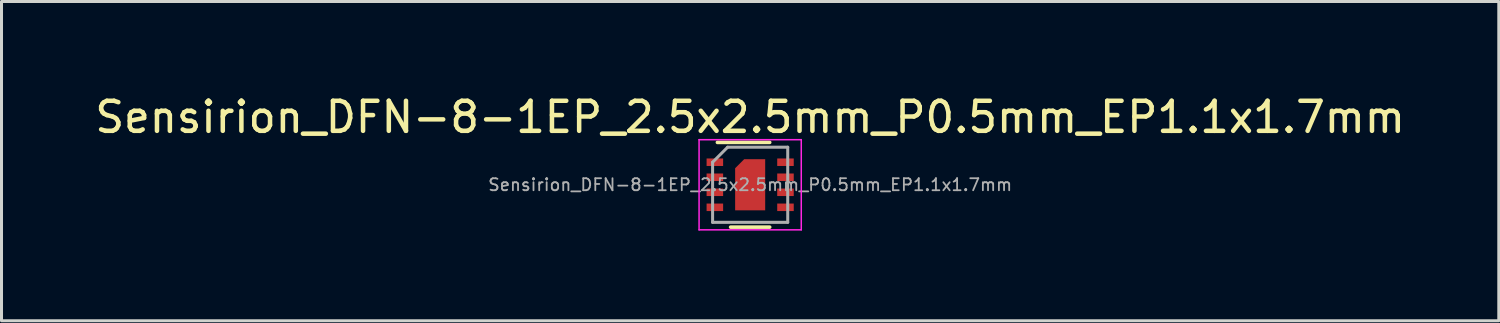
<source format=kicad_pcb>
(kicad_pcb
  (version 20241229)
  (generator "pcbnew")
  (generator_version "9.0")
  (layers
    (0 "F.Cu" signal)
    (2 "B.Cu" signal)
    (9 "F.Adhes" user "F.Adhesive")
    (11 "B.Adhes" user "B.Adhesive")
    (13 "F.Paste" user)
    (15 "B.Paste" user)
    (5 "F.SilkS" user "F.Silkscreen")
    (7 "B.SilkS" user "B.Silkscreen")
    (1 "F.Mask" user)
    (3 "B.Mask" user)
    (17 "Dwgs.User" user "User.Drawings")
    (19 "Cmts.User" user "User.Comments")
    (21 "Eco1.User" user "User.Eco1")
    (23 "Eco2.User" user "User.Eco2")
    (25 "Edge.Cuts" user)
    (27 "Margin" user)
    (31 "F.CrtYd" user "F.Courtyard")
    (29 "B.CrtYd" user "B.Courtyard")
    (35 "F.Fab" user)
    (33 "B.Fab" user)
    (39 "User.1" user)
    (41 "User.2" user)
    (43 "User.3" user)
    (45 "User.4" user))
  (footprint "Sensirion_DFN-8-1EP_2.5x2.5mm_P0.5mm_EP1.1x1.7mm"
    (layer "F.Cu")
    (at 21.911 3.098)
    (property "Reference" "Sensirion_DFN-8-1EP_2.5x2.5mm_P0.5mm_EP1.1x1.7mm" (at 0 -2.25 0) (layer "F.SilkS") (effects (font (size 1 1) (thickness 0.15))))
    (attr smd)
    (fp_line (start -1.09 -1.41) (end 0.65 -1.41) (stroke (width 0.12) (type solid)) (layer "F.SilkS"))
    (fp_line (start -0.65 1.41) (end 0.65 1.41) (stroke (width 0.12) (type solid)) (layer "F.SilkS"))
    (fp_line (start -1.7 -1.5) (end -1.7 1.5) (stroke (width 0.05) (type solid)) (layer "F.CrtYd"))
    (fp_line (start -1.7 -1.5) (end 1.7 -1.5) (stroke (width 0.05) (type solid)) (layer "F.CrtYd"))
    (fp_line (start -1.7 1.5) (end 1.7 1.5) (stroke (width 0.05) (type solid)) (layer "F.CrtYd"))
    (fp_line (start 1.7 -1.5) (end 1.7 1.5) (stroke (width 0.05) (type solid)) (layer "F.CrtYd"))
    (fp_line (start -1.25 -0.75) (end -0.75 -1.25) (stroke (width 0.1) (type solid)) (layer "F.Fab"))
    (fp_line (start -1.25 1.25) (end -1.25 -0.75) (stroke (width 0.1) (type solid)) (layer "F.Fab"))
    (fp_line (start -0.75 -1.25) (end 1.25 -1.25) (stroke (width 0.1) (type solid)) (layer "F.Fab"))
    (fp_line (start 1.25 -1.25) (end 1.25 1.25) (stroke (width 0.1) (type solid)) (layer "F.Fab"))
    (fp_line (start 1.25 1.25) (end -1.25 1.25) (stroke (width 0.1) (type solid)) (layer "F.Fab"))
    (fp_text user "${REFERENCE}" (at 0 0 0) (layer "F.Fab") (effects (font (size 0.4 0.4) (thickness 0.06))))
    (pad "" smd custom (at 0 0) (size 0.9 0.9) (layers "F.Paste") (options (anchor rect)) (primitives (gr_poly (pts (xy 0.45 0.8) (xy -0.45 0.8) (xy -0.45 -0.53) (xy -0.18 -0.8) (xy 0.45 -0.8)) (width 0) (fill yes))))
    (pad "1" smd rect (at -1.175 -0.75) (size 0.55 0.25) (layers "F.Cu" "F.Mask" "F.Paste"))
    (pad "2" smd rect (at -1.175 -0.25) (size 0.55 0.25) (layers "F.Cu" "F.Mask" "F.Paste"))
    (pad "3" smd rect (at -1.175 0.25) (size 0.55 0.25) (layers "F.Cu" "F.Mask" "F.Paste"))
    (pad "4" smd rect (at -1.175 0.75 180) (size 0.55 0.25) (layers "F.Cu" "F.Mask" "F.Paste"))
    (pad "5" smd rect (at 1.175 0.75) (size 0.55 0.25) (layers "F.Cu" "F.Mask" "F.Paste"))
    (pad "6" smd rect (at 1.175 0.25) (size 0.55 0.25) (layers "F.Cu" "F.Mask" "F.Paste"))
    (pad "7" smd rect (at 1.175 -0.25) (size 0.55 0.25) (layers "F.Cu" "F.Mask" "F.Paste"))
    (pad "8" smd rect (at 1.175 -0.75) (size 0.55 0.25) (layers "F.Cu" "F.Mask" "F.Paste"))
    (pad "9" smd custom (at 0 0) (size 1 1) (layers "F.Cu" "F.Mask") (options (anchor circle)) (primitives (gr_poly (pts (xy 0.5 0.85) (xy -0.5 0.85) (xy -0.5 -0.55) (xy -0.2 -0.85) (xy 0.5 -0.85)) (width 0) (fill yes)))))
  (gr_rect
    (start -3 -3)
    (end 46.821 7.623)
    (stroke (width 0.1) (type default))
    (fill no)
    (layer "Edge.Cuts")))
</source>
